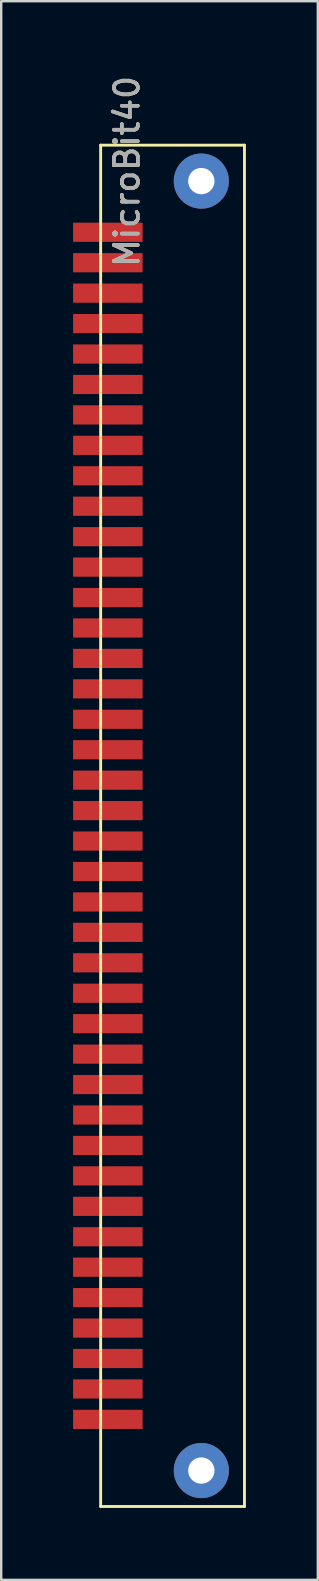
<source format=kicad_pcb>
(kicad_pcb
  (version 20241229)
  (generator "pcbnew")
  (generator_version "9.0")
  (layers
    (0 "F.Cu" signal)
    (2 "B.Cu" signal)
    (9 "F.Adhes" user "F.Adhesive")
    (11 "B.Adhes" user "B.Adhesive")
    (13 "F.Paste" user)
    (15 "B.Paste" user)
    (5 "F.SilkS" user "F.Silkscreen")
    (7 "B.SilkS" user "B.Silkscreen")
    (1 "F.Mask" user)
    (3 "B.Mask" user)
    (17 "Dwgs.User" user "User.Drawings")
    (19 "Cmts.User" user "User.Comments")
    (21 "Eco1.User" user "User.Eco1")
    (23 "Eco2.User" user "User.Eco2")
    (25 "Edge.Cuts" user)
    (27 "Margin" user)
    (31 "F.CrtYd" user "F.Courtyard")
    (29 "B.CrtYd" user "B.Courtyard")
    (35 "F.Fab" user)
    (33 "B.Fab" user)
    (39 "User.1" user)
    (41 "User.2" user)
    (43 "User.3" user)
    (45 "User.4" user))
  (footprint "MicroBit40"
    (layer "F.Cu")
    (at 4.15 31.406)
    (property "Reference" "MicroBit40" (at -1.905 -27.305 90) (layer "F.SilkS") (effects (font (size 1 1) (thickness 0.15))))
    (attr smd)
    (fp_line (start -3 -28.4) (end -3 28.4) (stroke (width 0.12) (type solid)) (layer "F.SilkS"))
    (fp_line (start -3 -28.4) (end 3 -28.4) (stroke (width 0.12) (type solid)) (layer "F.SilkS"))
    (fp_line (start -3 28.4) (end 3 28.4) (stroke (width 0.12) (type solid)) (layer "F.SilkS"))
    (fp_line (start 3 -28.4) (end 3 28.4) (stroke (width 0.12) (type solid)) (layer "F.SilkS"))
    (fp_text user "${REFERENCE}" (at -1.905 -27.305 90) (layer "F.Fab") (effects (font (size 1 1) (thickness 0.15))))
    (pad "1" smd rect (at -2.7 24.765) (size 2.9 0.8) (layers "F.Cu" "F.Mask" "F.Paste"))
    (pad "1" thru_hole circle (at 1.2 -26.9) (size 2.3 2.3) (drill 1.1) (layers "*.Cu" "*.Mask"))
    (pad "1" thru_hole circle (at 1.2 26.9) (size 2.3 2.3) (drill 1.1) (layers "*.Cu" "*.Mask"))
    (pad "3" smd rect (at -2.7 23.495) (size 2.9 0.8) (layers "F.Cu" "F.Mask" "F.Paste"))
    (pad "5" smd rect (at -2.7 22.225) (size 2.9 0.8) (layers "F.Cu" "F.Mask" "F.Paste"))
    (pad "7" smd rect (at -2.7 20.955) (size 2.9 0.8) (layers "F.Cu" "F.Mask" "F.Paste"))
    (pad "9" smd rect (at -2.7 19.685) (size 2.9 0.8) (layers "F.Cu" "F.Mask" "F.Paste"))
    (pad "11" smd rect (at -2.7 18.415) (size 2.9 0.8) (layers "F.Cu" "F.Mask" "F.Paste"))
    (pad "13" smd rect (at -2.7 17.145) (size 2.9 0.8) (layers "F.Cu" "F.Mask" "F.Paste"))
    (pad "15" smd rect (at -2.7 15.875) (size 2.9 0.8) (layers "F.Cu" "F.Mask" "F.Paste"))
    (pad "17" smd rect (at -2.7 14.605) (size 2.9 0.8) (layers "F.Cu" "F.Mask" "F.Paste"))
    (pad "19" smd rect (at -2.7 13.335) (size 2.9 0.8) (layers "F.Cu" "F.Mask" "F.Paste"))
    (pad "21" smd rect (at -2.7 12.065) (size 2.9 0.8) (layers "F.Cu" "F.Mask" "F.Paste"))
    (pad "23" smd rect (at -2.7 10.795) (size 2.9 0.8) (layers "F.Cu" "F.Mask" "F.Paste"))
    (pad "25" smd rect (at -2.7 9.525) (size 2.9 0.8) (layers "F.Cu" "F.Mask" "F.Paste"))
    (pad "27" smd rect (at -2.7 8.255) (size 2.9 0.8) (layers "F.Cu" "F.Mask" "F.Paste"))
    (pad "29" smd rect (at -2.7 6.985) (size 2.9 0.8) (layers "F.Cu" "F.Mask" "F.Paste"))
    (pad "31" smd rect (at -2.7 5.715) (size 2.9 0.8) (layers "F.Cu" "F.Mask" "F.Paste"))
    (pad "33" smd rect (at -2.7 4.445) (size 2.9 0.8) (layers "F.Cu" "F.Mask" "F.Paste"))
    (pad "35" smd rect (at -2.7 3.175) (size 2.9 0.8) (layers "F.Cu" "F.Mask" "F.Paste"))
    (pad "37" smd rect (at -2.7 1.905) (size 2.9 0.8) (layers "F.Cu" "F.Mask" "F.Paste"))
    (pad "39" smd rect (at -2.7 0.635) (size 2.9 0.8) (layers "F.Cu" "F.Mask" "F.Paste"))
    (pad "41" smd rect (at -2.7 -0.635) (size 2.9 0.8) (layers "F.Cu" "F.Mask" "F.Paste"))
    (pad "43" smd rect (at -2.7 -1.905) (size 2.9 0.8) (layers "F.Cu" "F.Mask" "F.Paste"))
    (pad "45" smd rect (at -2.7 -3.175) (size 2.9 0.8) (layers "F.Cu" "F.Mask" "F.Paste"))
    (pad "47" smd rect (at -2.7 -4.445) (size 2.9 0.8) (layers "F.Cu" "F.Mask" "F.Paste"))
    (pad "49" smd rect (at -2.7 -5.715) (size 2.9 0.8) (layers "F.Cu" "F.Mask" "F.Paste"))
    (pad "51" smd rect (at -2.7 -6.985) (size 2.9 0.8) (layers "F.Cu" "F.Mask" "F.Paste"))
    (pad "53" smd rect (at -2.7 -8.255) (size 2.9 0.8) (layers "F.Cu" "F.Mask" "F.Paste"))
    (pad "55" smd rect (at -2.7 -9.525) (size 2.9 0.8) (layers "F.Cu" "F.Mask" "F.Paste"))
    (pad "57" smd rect (at -2.7 -10.795) (size 2.9 0.8) (layers "F.Cu" "F.Mask" "F.Paste"))
    (pad "59" smd rect (at -2.7 -12.065) (size 2.9 0.8) (layers "F.Cu" "F.Mask" "F.Paste"))
    (pad "61" smd rect (at -2.7 -13.335) (size 2.9 0.8) (layers "F.Cu" "F.Mask" "F.Paste"))
    (pad "63" smd rect (at -2.7 -14.605) (size 2.9 0.8) (layers "F.Cu" "F.Mask" "F.Paste"))
    (pad "65" smd rect (at -2.7 -15.875) (size 2.9 0.8) (layers "F.Cu" "F.Mask" "F.Paste"))
    (pad "67" smd rect (at -2.7 -17.145) (size 2.9 0.8) (layers "F.Cu" "F.Mask" "F.Paste"))
    (pad "69" smd rect (at -2.7 -18.415) (size 2.9 0.8) (layers "F.Cu" "F.Mask" "F.Paste"))
    (pad "71" smd rect (at -2.7 -19.685) (size 2.9 0.8) (layers "F.Cu" "F.Mask" "F.Paste"))
    (pad "73" smd rect (at -2.7 -20.955) (size 2.9 0.8) (layers "F.Cu" "F.Mask" "F.Paste"))
    (pad "75" smd rect (at -2.7 -22.225) (size 2.9 0.8) (layers "F.Cu" "F.Mask" "F.Paste"))
    (pad "77" smd rect (at -2.7 -23.495) (size 2.9 0.8) (layers "F.Cu" "F.Mask" "F.Paste"))
    (pad "79" smd rect (at -2.7 -24.765) (size 2.9 0.8) (layers "F.Cu" "F.Mask" "F.Paste")))
  (gr_rect
    (start -3 -3)
    (end 10.21 62.866)
    (stroke (width 0.1) (type default))
    (fill no)
    (layer "Edge.Cuts")))
</source>
